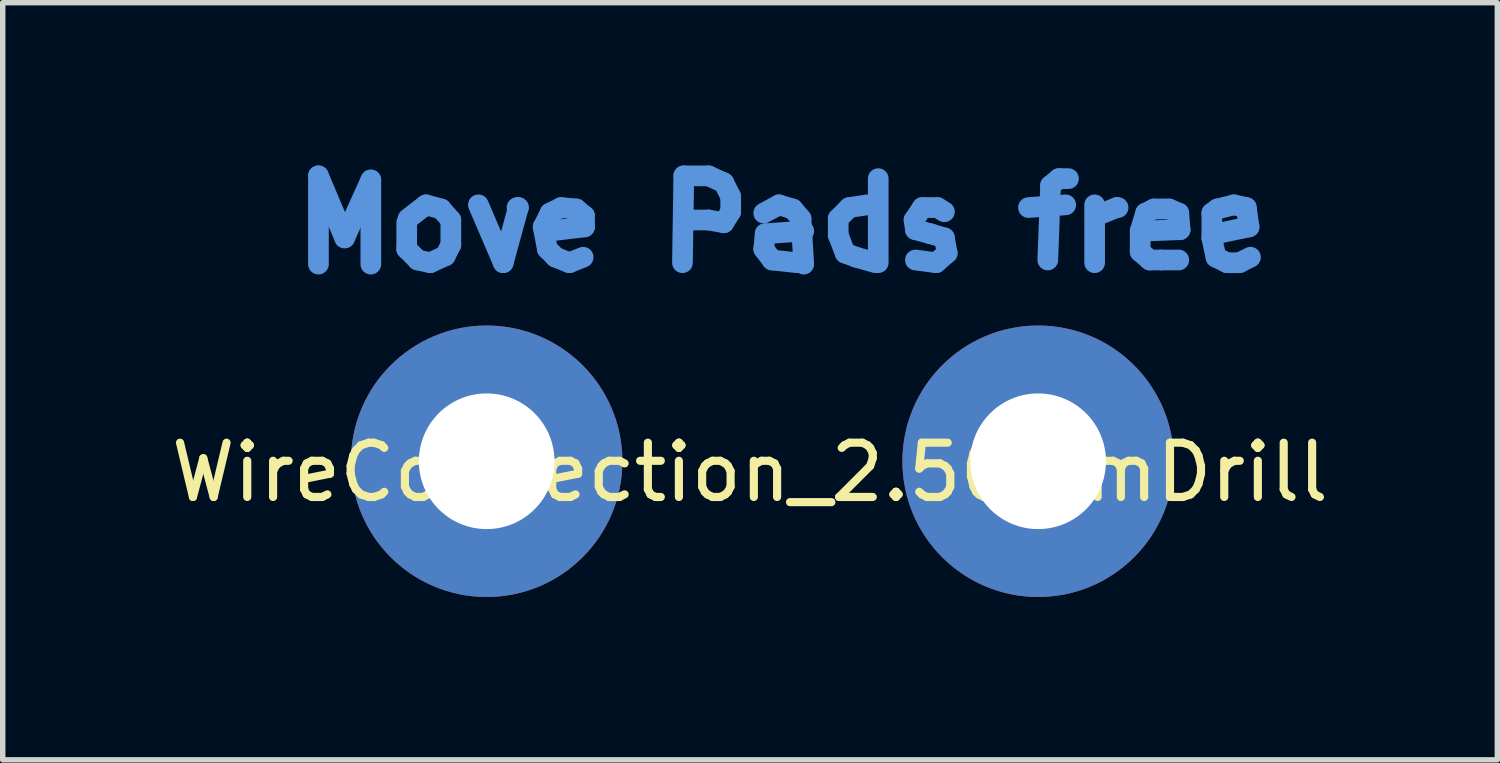
<source format=kicad_pcb>
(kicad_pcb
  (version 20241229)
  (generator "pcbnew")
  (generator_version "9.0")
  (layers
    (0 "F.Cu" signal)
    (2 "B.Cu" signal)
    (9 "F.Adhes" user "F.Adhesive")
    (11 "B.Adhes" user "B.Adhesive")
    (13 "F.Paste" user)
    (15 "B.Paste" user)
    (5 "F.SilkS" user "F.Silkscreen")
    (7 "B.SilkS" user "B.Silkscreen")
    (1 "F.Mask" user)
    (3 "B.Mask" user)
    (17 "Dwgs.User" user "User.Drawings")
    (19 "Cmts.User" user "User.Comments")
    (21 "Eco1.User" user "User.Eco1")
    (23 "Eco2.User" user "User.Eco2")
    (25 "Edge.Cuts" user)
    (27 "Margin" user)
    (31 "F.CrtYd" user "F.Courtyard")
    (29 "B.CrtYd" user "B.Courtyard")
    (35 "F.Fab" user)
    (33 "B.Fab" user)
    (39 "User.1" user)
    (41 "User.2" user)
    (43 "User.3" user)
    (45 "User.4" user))
  (footprint "WireConnection_2.50mmDrill"
    (layer "F.Cu")
    (at 5.916 5.448)
    (property "Reference" "WireConnection_2.50mmDrill" (at 4.851 0.203 0) (layer "F.SilkS") (effects (font (size 1 1) (thickness 0.15))))
    (attr through_hole)
    (fp_line (start -3.099 -5.258) (end -2.616 -4.115) (stroke (width 0.381) (type solid)) (layer "Cmts.User"))
    (fp_line (start -3.099 -3.632) (end -3.099 -5.258) (stroke (width 0.381) (type solid)) (layer "Cmts.User"))
    (fp_line (start -2.616 -4.115) (end -2.134 -5.182) (stroke (width 0.381) (type solid)) (layer "Cmts.User"))
    (fp_line (start -2.134 -5.182) (end -2.134 -3.632) (stroke (width 0.381) (type solid)) (layer "Cmts.User"))
    (fp_line (start -1.473 -4.394) (end -1.473 -3.912) (stroke (width 0.381) (type solid)) (layer "Cmts.User"))
    (fp_line (start -1.473 -3.912) (end -1.27 -3.708) (stroke (width 0.381) (type solid)) (layer "Cmts.User"))
    (fp_line (start -1.27 -3.708) (end -1.041 -3.658) (stroke (width 0.381) (type solid)) (layer "Cmts.User"))
    (fp_line (start -1.118 -4.724) (end -1.448 -4.47) (stroke (width 0.381) (type solid)) (layer "Cmts.User"))
    (fp_line (start -1.041 -3.658) (end -0.762 -3.785) (stroke (width 0.381) (type solid)) (layer "Cmts.User"))
    (fp_line (start -0.838 -4.648) (end -1.118 -4.724) (stroke (width 0.381) (type solid)) (layer "Cmts.User"))
    (fp_line (start -0.762 -3.785) (end -0.66 -3.988) (stroke (width 0.381) (type solid)) (layer "Cmts.User"))
    (fp_line (start -0.66 -4.445) (end -0.838 -4.648) (stroke (width 0.381) (type solid)) (layer "Cmts.User"))
    (fp_line (start -0.66 -3.988) (end -0.66 -4.445) (stroke (width 0.381) (type solid)) (layer "Cmts.User"))
    (fp_line (start -0.152 -4.724) (end 0.305 -3.658) (stroke (width 0.381) (type solid)) (layer "Cmts.User"))
    (fp_line (start 0.305 -3.658) (end 0.584 -4.674) (stroke (width 0.381) (type solid)) (layer "Cmts.User"))
    (fp_line (start 0.584 -4.674) (end 0.559 -4.674) (stroke (width 0.381) (type solid)) (layer "Cmts.User"))
    (fp_line (start 1.041 -4.318) (end 1.168 -4.572) (stroke (width 0.381) (type solid)) (layer "Cmts.User"))
    (fp_line (start 1.118 -3.912) (end 1.041 -4.318) (stroke (width 0.381) (type solid)) (layer "Cmts.User"))
    (fp_line (start 1.168 -4.572) (end 1.372 -4.674) (stroke (width 0.381) (type solid)) (layer "Cmts.User"))
    (fp_line (start 1.27 -3.759) (end 1.118 -3.912) (stroke (width 0.381) (type solid)) (layer "Cmts.User"))
    (fp_line (start 1.372 -4.674) (end 1.651 -4.648) (stroke (width 0.381) (type solid)) (layer "Cmts.User"))
    (fp_line (start 1.524 -3.658) (end 1.27 -3.759) (stroke (width 0.381) (type solid)) (layer "Cmts.User"))
    (fp_line (start 1.651 -4.648) (end 1.803 -4.521) (stroke (width 0.381) (type solid)) (layer "Cmts.User"))
    (fp_line (start 1.778 -3.759) (end 1.524 -3.658) (stroke (width 0.381) (type solid)) (layer "Cmts.User"))
    (fp_line (start 1.803 -4.521) (end 1.803 -4.318) (stroke (width 0.381) (type solid)) (layer "Cmts.User"))
    (fp_line (start 1.803 -4.318) (end 1.168 -4.242) (stroke (width 0.381) (type solid)) (layer "Cmts.User"))
    (fp_line (start 3.607 -3.658) (end 3.632 -5.258) (stroke (width 0.381) (type solid)) (layer "Cmts.User"))
    (fp_line (start 3.632 -5.258) (end 4.089 -5.258) (stroke (width 0.381) (type solid)) (layer "Cmts.User"))
    (fp_line (start 4.089 -5.258) (end 4.369 -5.131) (stroke (width 0.381) (type solid)) (layer "Cmts.User"))
    (fp_line (start 4.089 -4.445) (end 3.632 -4.445) (stroke (width 0.381) (type solid)) (layer "Cmts.User"))
    (fp_line (start 4.369 -5.131) (end 4.496 -4.877) (stroke (width 0.381) (type solid)) (layer "Cmts.User"))
    (fp_line (start 4.369 -4.394) (end 4.089 -4.445) (stroke (width 0.381) (type solid)) (layer "Cmts.User"))
    (fp_line (start 4.496 -4.877) (end 4.496 -4.597) (stroke (width 0.381) (type solid)) (layer "Cmts.User"))
    (fp_line (start 4.496 -4.597) (end 4.369 -4.394) (stroke (width 0.381) (type solid)) (layer "Cmts.User"))
    (fp_line (start 5.105 -4.572) (end 5.385 -4.724) (stroke (width 0.381) (type solid)) (layer "Cmts.User"))
    (fp_line (start 5.105 -3.912) (end 5.131 -4.191) (stroke (width 0.381) (type solid)) (layer "Cmts.User"))
    (fp_line (start 5.131 -4.191) (end 5.842 -4.242) (stroke (width 0.381) (type solid)) (layer "Cmts.User"))
    (fp_line (start 5.258 -3.708) (end 5.105 -3.912) (stroke (width 0.381) (type solid)) (layer "Cmts.User"))
    (fp_line (start 5.385 -4.724) (end 5.639 -4.648) (stroke (width 0.381) (type solid)) (layer "Cmts.User"))
    (fp_line (start 5.639 -4.648) (end 5.791 -4.47) (stroke (width 0.381) (type solid)) (layer "Cmts.User"))
    (fp_line (start 5.715 -3.658) (end 5.258 -3.708) (stroke (width 0.381) (type solid)) (layer "Cmts.User"))
    (fp_line (start 5.791 -4.47) (end 5.842 -3.632) (stroke (width 0.381) (type solid)) (layer "Cmts.User"))
    (fp_line (start 6.477 -4.47) (end 6.68 -4.674) (stroke (width 0.381) (type solid)) (layer "Cmts.User"))
    (fp_line (start 6.477 -4.166) (end 6.477 -4.47) (stroke (width 0.381) (type solid)) (layer "Cmts.User"))
    (fp_line (start 6.604 -3.835) (end 6.477 -4.166) (stroke (width 0.381) (type solid)) (layer "Cmts.User"))
    (fp_line (start 6.68 -4.674) (end 7.01 -4.724) (stroke (width 0.381) (type solid)) (layer "Cmts.User"))
    (fp_line (start 6.807 -3.759) (end 6.604 -3.835) (stroke (width 0.381) (type solid)) (layer "Cmts.User"))
    (fp_line (start 7.163 -3.658) (end 6.807 -3.759) (stroke (width 0.381) (type solid)) (layer "Cmts.User"))
    (fp_line (start 7.214 -5.207) (end 7.214 -3.658) (stroke (width 0.381) (type solid)) (layer "Cmts.User"))
    (fp_line (start 7.874 -4.445) (end 7.899 -4.267) (stroke (width 0.381) (type solid)) (layer "Cmts.User"))
    (fp_line (start 7.899 -4.267) (end 8.179 -4.191) (stroke (width 0.381) (type solid)) (layer "Cmts.User"))
    (fp_line (start 8.026 -4.674) (end 7.874 -4.445) (stroke (width 0.381) (type solid)) (layer "Cmts.User"))
    (fp_line (start 8.179 -4.191) (end 8.433 -4.115) (stroke (width 0.381) (type solid)) (layer "Cmts.User"))
    (fp_line (start 8.28 -3.658) (end 7.899 -3.708) (stroke (width 0.381) (type solid)) (layer "Cmts.User"))
    (fp_line (start 8.306 -4.674) (end 8.026 -4.674) (stroke (width 0.381) (type solid)) (layer "Cmts.User"))
    (fp_line (start 8.433 -4.597) (end 8.306 -4.674) (stroke (width 0.381) (type solid)) (layer "Cmts.User"))
    (fp_line (start 8.433 -4.115) (end 8.484 -3.835) (stroke (width 0.381) (type solid)) (layer "Cmts.User"))
    (fp_line (start 8.484 -3.835) (end 8.28 -3.658) (stroke (width 0.381) (type solid)) (layer "Cmts.User"))
    (fp_line (start 9.982 -4.674) (end 10.668 -4.724) (stroke (width 0.381) (type solid)) (layer "Cmts.User"))
    (fp_line (start 10.389 -5.08) (end 10.338 -3.708) (stroke (width 0.381) (type solid)) (layer "Cmts.User"))
    (fp_line (start 10.541 -5.207) (end 10.389 -5.08) (stroke (width 0.381) (type solid)) (layer "Cmts.User"))
    (fp_line (start 10.719 -5.207) (end 10.541 -5.207) (stroke (width 0.381) (type solid)) (layer "Cmts.User"))
    (fp_line (start 11.201 -4.724) (end 11.201 -3.658) (stroke (width 0.381) (type solid)) (layer "Cmts.User"))
    (fp_line (start 11.227 -4.521) (end 11.608 -4.674) (stroke (width 0.381) (type solid)) (layer "Cmts.User"))
    (fp_line (start 11.608 -4.674) (end 11.633 -4.674) (stroke (width 0.381) (type solid)) (layer "Cmts.User"))
    (fp_line (start 12.04 -4.242) (end 12.141 -4.572) (stroke (width 0.381) (type solid)) (layer "Cmts.User"))
    (fp_line (start 12.04 -3.861) (end 12.04 -4.242) (stroke (width 0.381) (type solid)) (layer "Cmts.User"))
    (fp_line (start 12.141 -4.572) (end 12.294 -4.648) (stroke (width 0.381) (type solid)) (layer "Cmts.User"))
    (fp_line (start 12.217 -3.708) (end 12.04 -3.861) (stroke (width 0.381) (type solid)) (layer "Cmts.User"))
    (fp_line (start 12.294 -4.648) (end 12.573 -4.648) (stroke (width 0.381) (type solid)) (layer "Cmts.User"))
    (fp_line (start 12.421 -3.708) (end 12.217 -3.708) (stroke (width 0.381) (type solid)) (layer "Cmts.User"))
    (fp_line (start 12.573 -4.648) (end 12.751 -4.572) (stroke (width 0.381) (type solid)) (layer "Cmts.User"))
    (fp_line (start 12.751 -4.572) (end 12.776 -4.267) (stroke (width 0.381) (type solid)) (layer "Cmts.User"))
    (fp_line (start 12.751 -3.708) (end 12.421 -3.708) (stroke (width 0.381) (type solid)) (layer "Cmts.User"))
    (fp_line (start 12.776 -4.267) (end 12.141 -4.242) (stroke (width 0.381) (type solid)) (layer "Cmts.User"))
    (fp_line (start 13.36 -4.572) (end 13.462 -4.648) (stroke (width 0.381) (type solid)) (layer "Cmts.User"))
    (fp_line (start 13.36 -4.115) (end 13.36 -4.572) (stroke (width 0.381) (type solid)) (layer "Cmts.User"))
    (fp_line (start 13.437 -4.191) (end 13.437 -4.242) (stroke (width 0.381) (type solid)) (layer "Cmts.User"))
    (fp_line (start 13.437 -3.759) (end 13.36 -4.115) (stroke (width 0.381) (type solid)) (layer "Cmts.User"))
    (fp_line (start 13.462 -4.648) (end 13.767 -4.724) (stroke (width 0.381) (type solid)) (layer "Cmts.User"))
    (fp_line (start 13.64 -3.658) (end 13.437 -3.759) (stroke (width 0.381) (type solid)) (layer "Cmts.User"))
    (fp_line (start 13.767 -4.724) (end 13.995 -4.674) (stroke (width 0.381) (type solid)) (layer "Cmts.User"))
    (fp_line (start 13.868 -3.658) (end 13.64 -3.658) (stroke (width 0.381) (type solid)) (layer "Cmts.User"))
    (fp_line (start 13.995 -4.674) (end 14.046 -4.318) (stroke (width 0.381) (type solid)) (layer "Cmts.User"))
    (fp_line (start 14.046 -4.318) (end 13.437 -4.191) (stroke (width 0.381) (type solid)) (layer "Cmts.User"))
    (fp_line (start 14.072 -3.759) (end 13.868 -3.658) (stroke (width 0.381) (type solid)) (layer "Cmts.User"))
    (pad "1" thru_hole circle (at 0 0) (size 5.001 5.001) (drill 2.499) (layers "*.Cu" "*.Mask"))
    (pad "2" thru_hole circle (at 10.16 0) (size 5.001 5.001) (drill 2.499) (layers "*.Cu" "*.Mask")))
  (gr_rect
    (start -3 -3)
    (end 24.536 10.949)
    (stroke (width 0.1) (type default))
    (fill no)
    (layer "Edge.Cuts")))
</source>
